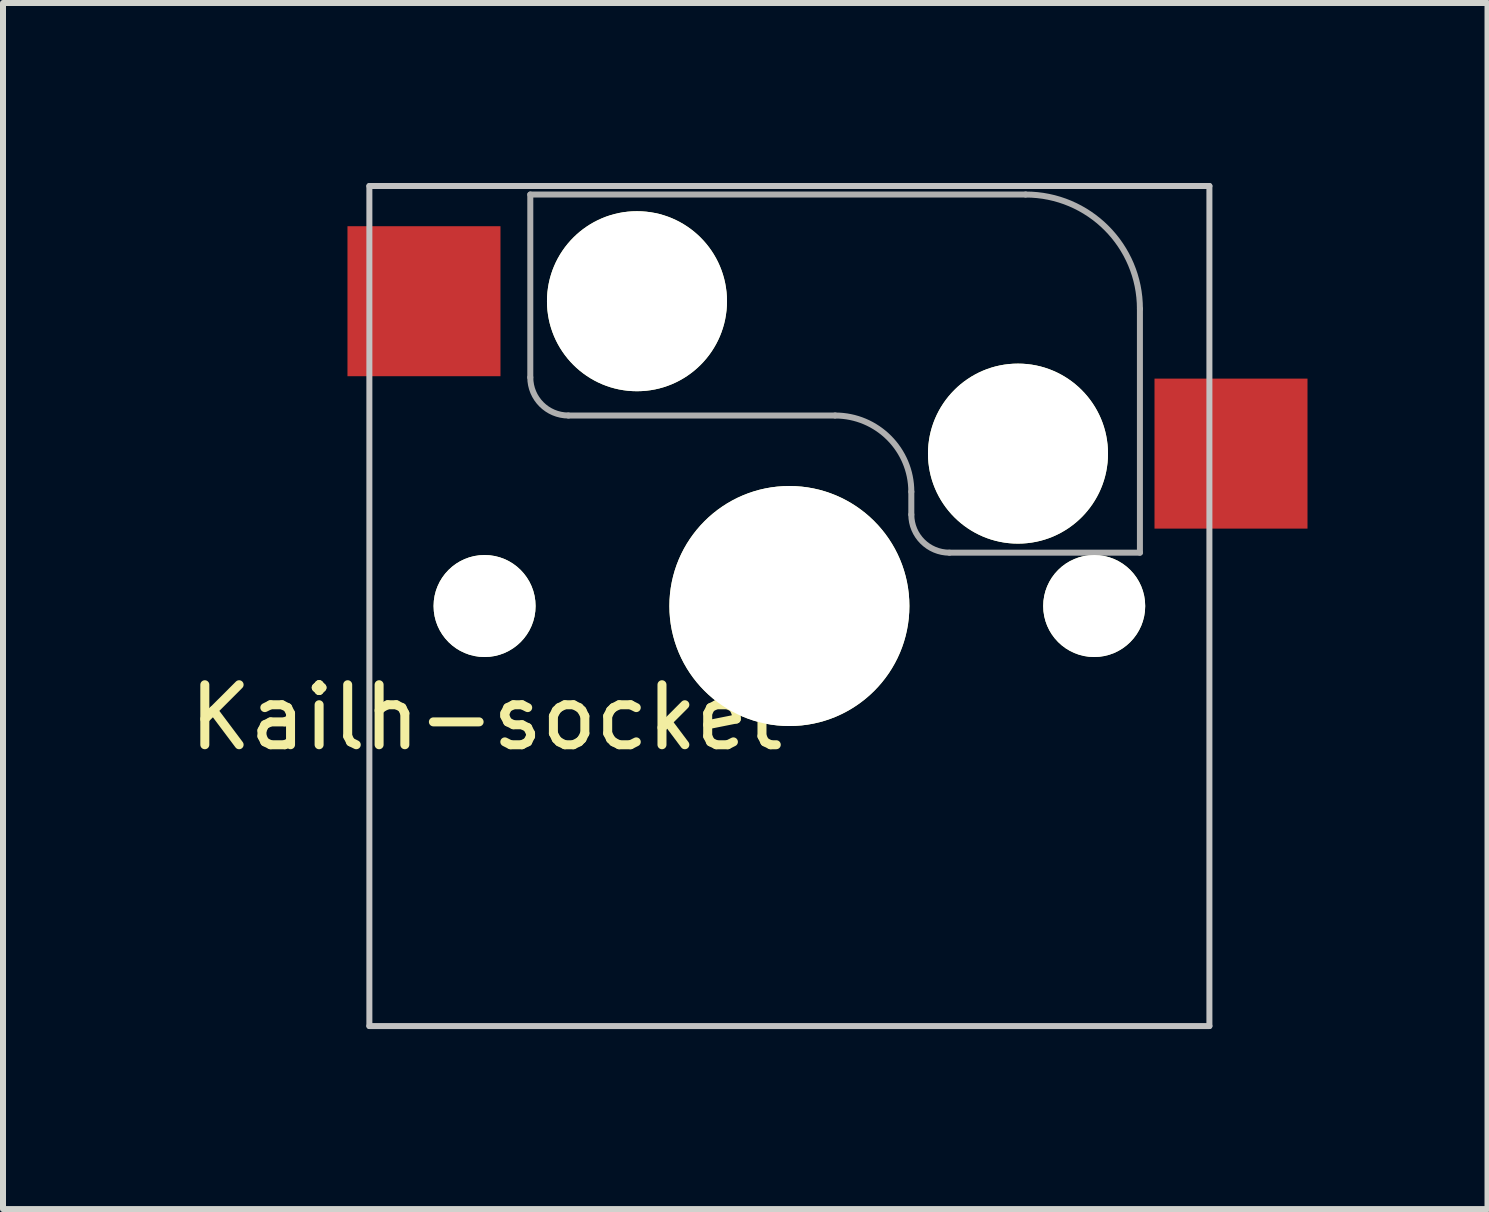
<source format=kicad_pcb>
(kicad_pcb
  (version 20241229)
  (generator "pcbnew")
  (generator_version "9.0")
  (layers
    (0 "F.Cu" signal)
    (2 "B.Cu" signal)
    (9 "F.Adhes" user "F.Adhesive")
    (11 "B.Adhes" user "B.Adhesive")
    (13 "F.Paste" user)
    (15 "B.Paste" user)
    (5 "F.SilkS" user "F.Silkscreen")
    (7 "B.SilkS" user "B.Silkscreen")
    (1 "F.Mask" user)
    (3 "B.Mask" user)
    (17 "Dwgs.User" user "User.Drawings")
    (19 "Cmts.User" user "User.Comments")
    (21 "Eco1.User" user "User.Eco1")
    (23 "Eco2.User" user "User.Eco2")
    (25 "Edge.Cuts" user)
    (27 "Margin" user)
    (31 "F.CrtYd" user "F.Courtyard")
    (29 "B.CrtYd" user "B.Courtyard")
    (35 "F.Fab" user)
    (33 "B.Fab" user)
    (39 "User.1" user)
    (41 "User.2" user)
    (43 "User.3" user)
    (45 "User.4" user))
  (footprint "Kailh-socket"
    (layer "F.Cu")
    (at 10.106 7.05)
    (property "Reference" "Kailh-socket" (at -5.052 1.857 180) (layer "F.SilkS") (effects (font (size 1 1) (thickness 0.15))))
    (attr smd)
    (fp_line (start -7 -7) (end -7 7) (stroke (width 0.1) (type solid)) (layer "Dwgs.User"))
    (fp_line (start -7 7) (end 7 7) (stroke (width 0.1) (type solid)) (layer "Dwgs.User"))
    (fp_line (start 7 -7) (end -7 -7) (stroke (width 0.1) (type solid)) (layer "Dwgs.User"))
    (fp_line (start 7 7) (end 7 -7) (stroke (width 0.1) (type solid)) (layer "Dwgs.User"))
    (fp_line (start -4.318 -6.858) (end -4.318 -3.81) (stroke (width 0.1) (type solid)) (layer "F.Fab"))
    (fp_line (start -3.683 -3.175) (end 0.762 -3.175) (stroke (width 0.1) (type solid)) (layer "F.Fab"))
    (fp_line (start 2.032 -1.905) (end 2.032 -1.524) (stroke (width 0.1) (type solid)) (layer "F.Fab"))
    (fp_line (start 3.937 -6.858) (end -4.318 -6.858) (stroke (width 0.1) (type solid)) (layer "F.Fab"))
    (fp_line (start 5.842 -0.889) (end 2.667 -0.889) (stroke (width 0.1) (type solid)) (layer "F.Fab"))
    (fp_line (start 5.842 -0.889) (end 5.842 -4.953) (stroke (width 0.1) (type solid)) (layer "F.Fab"))
    (fp_arc (start -3.683 -3.175) (mid -4.132013 -3.360987) (end -4.318 -3.81) (stroke (width 0.1) (type solid)) (layer "F.Fab"))
    (fp_arc (start 0.762 -3.175) (mid 1.660026 -2.803026) (end 2.032 -1.905) (stroke (width 0.1) (type solid)) (layer "F.Fab"))
    (fp_arc (start 2.667 -0.889) (mid 2.217987 -1.074987) (end 2.032 -1.524) (stroke (width 0.1) (type solid)) (layer "F.Fab"))
    (fp_arc (start 3.937 -6.858) (mid 5.284038 -6.300038) (end 5.842 -4.953) (stroke (width 0.1) (type solid)) (layer "F.Fab"))
    (pad "" np_thru_hole circle (at -5.08 0) (size 1.7 1.7) (drill 1.7) (layers "*.Cu" "*.Mask" "F.SilkS"))
    (pad "" np_thru_hole circle (at -2.54 -5.08) (size 3 3) (drill 3) (layers "*.Cu" "*.Mask" "F.SilkS"))
    (pad "" np_thru_hole circle (at 0 0) (size 4 4) (drill 4) (layers "*.Cu" "*.Mask" "F.SilkS"))
    (pad "" np_thru_hole circle (at 3.81 -2.54) (size 3 3) (drill 3) (layers "*.Cu" "*.Mask" "F.SilkS"))
    (pad "" np_thru_hole circle (at 5.08 0) (size 1.7 1.7) (drill 1.7) (layers "*.Cu" "*.Mask" "F.SilkS"))
    (pad "1" smd rect (at 7.36 -2.54) (size 2.55 2.5) (layers "F.Cu" "F.Mask" "F.Paste"))
    (pad "2" smd rect (at -6.09 -5.08) (size 2.55 2.5) (layers "F.Cu" "F.Mask" "F.Paste")))
  (gr_rect
    (start -3 -3)
    (end 21.741 17.1)
    (stroke (width 0.1) (type default))
    (fill no)
    (layer "Edge.Cuts")))
</source>
